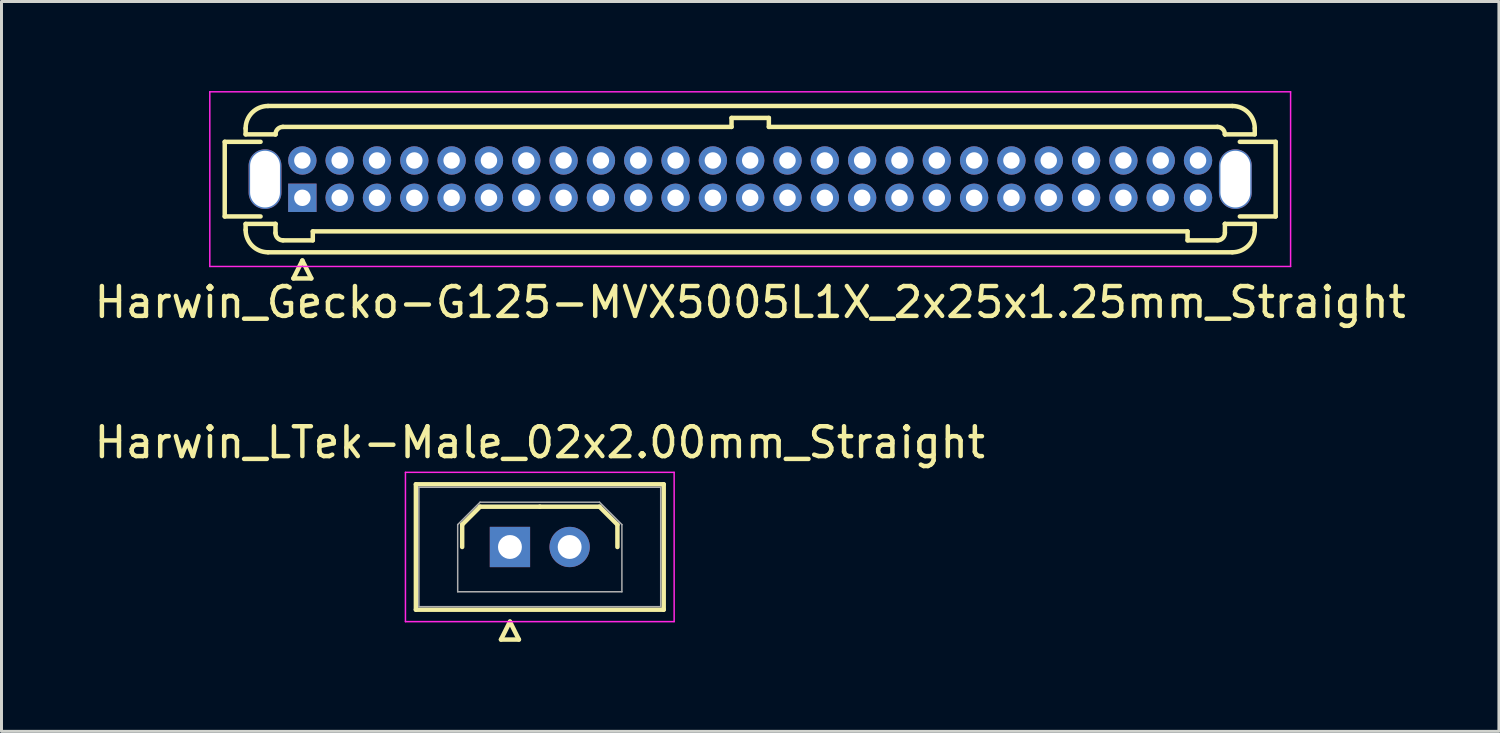
<source format=kicad_pcb>
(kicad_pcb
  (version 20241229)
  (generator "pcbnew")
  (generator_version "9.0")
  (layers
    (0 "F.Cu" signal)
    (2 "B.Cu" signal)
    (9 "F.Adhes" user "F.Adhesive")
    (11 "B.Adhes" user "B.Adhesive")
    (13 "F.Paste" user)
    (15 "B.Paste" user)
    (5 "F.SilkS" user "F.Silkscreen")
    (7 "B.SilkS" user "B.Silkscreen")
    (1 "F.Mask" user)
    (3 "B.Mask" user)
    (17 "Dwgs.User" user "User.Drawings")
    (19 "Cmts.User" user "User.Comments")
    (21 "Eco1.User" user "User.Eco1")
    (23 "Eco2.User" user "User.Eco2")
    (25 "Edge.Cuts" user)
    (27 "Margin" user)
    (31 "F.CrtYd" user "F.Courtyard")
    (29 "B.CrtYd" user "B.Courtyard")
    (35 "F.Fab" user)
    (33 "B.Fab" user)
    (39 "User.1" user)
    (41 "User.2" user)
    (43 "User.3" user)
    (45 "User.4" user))
  (footprint "Harwin_Gecko-G125-MVX5005L1X_2x25x1.25mm_Straight"
    (layer "F.Cu")
    (at 7.077 3.575)
    (property "Reference" "Harwin_Gecko-G125-MVX5005L1X_2x25x1.25mm_Straight" (at 15 3.5 0) (layer "F.SilkS") (effects (font (size 1 1) (thickness 0.15))))
    (attr through_hole)
    (fp_line (start -2.6 -1.875) (end -2.6 0.625) (stroke (width 0.15) (type solid)) (layer "F.SilkS"))
    (fp_line (start -2.6 0.625) (end -1.4 0.625) (stroke (width 0.15) (type solid)) (layer "F.SilkS"))
    (fp_line (start -1.9 -2.325) (end -1.9 -2.125) (stroke (width 0.15) (type solid)) (layer "F.SilkS"))
    (fp_line (start -1.9 -2.125) (end -0.9 -2.125) (stroke (width 0.15) (type solid)) (layer "F.SilkS"))
    (fp_line (start -1.9 0.875) (end -0.9 0.875) (stroke (width 0.15) (type solid)) (layer "F.SilkS"))
    (fp_line (start -1.9 1.075) (end -1.9 0.875) (stroke (width 0.15) (type solid)) (layer "F.SilkS"))
    (fp_line (start -1.4 -1.875) (end -2.6 -1.875) (stroke (width 0.15) (type solid)) (layer "F.SilkS"))
    (fp_line (start -1.15 -3.075) (end 31.15 -3.075) (stroke (width 0.15) (type solid)) (layer "F.SilkS"))
    (fp_line (start -1.15 1.825) (end 31.15 1.825) (stroke (width 0.15) (type solid)) (layer "F.SilkS"))
    (fp_line (start -0.9 -2.125) (end -0.9 -2.125) (stroke (width 0.15) (type solid)) (layer "F.SilkS"))
    (fp_line (start -0.9 0.875) (end -0.9 0.875) (stroke (width 0.15) (type solid)) (layer "F.SilkS"))
    (fp_line (start -0.9 1.175) (end -0.9 0.875) (stroke (width 0.15) (type solid)) (layer "F.SilkS"))
    (fp_line (start -0.65 -2.375) (end 14.375 -2.375) (stroke (width 0.15) (type solid)) (layer "F.SilkS"))
    (fp_line (start -0.65 1.425) (end 0.35 1.425) (stroke (width 0.15) (type solid)) (layer "F.SilkS"))
    (fp_line (start -0.3 2.7) (end 0.3 2.7) (stroke (width 0.15) (type solid)) (layer "F.SilkS"))
    (fp_line (start 0 2.1) (end -0.3 2.7) (stroke (width 0.15) (type solid)) (layer "F.SilkS"))
    (fp_line (start 0.3 2.7) (end 0 2.1) (stroke (width 0.15) (type solid)) (layer "F.SilkS"))
    (fp_line (start 0.35 1.125) (end 29.65 1.125) (stroke (width 0.15) (type solid)) (layer "F.SilkS"))
    (fp_line (start 0.35 1.425) (end 0.35 1.125) (stroke (width 0.15) (type solid)) (layer "F.SilkS"))
    (fp_line (start 14.375 -2.675) (end 15.625 -2.675) (stroke (width 0.15) (type solid)) (layer "F.SilkS"))
    (fp_line (start 14.375 -2.375) (end 14.375 -2.675) (stroke (width 0.15) (type solid)) (layer "F.SilkS"))
    (fp_line (start 15.625 -2.675) (end 15.625 -2.375) (stroke (width 0.15) (type solid)) (layer "F.SilkS"))
    (fp_line (start 15.625 -2.375) (end 30.65 -2.375) (stroke (width 0.15) (type solid)) (layer "F.SilkS"))
    (fp_line (start 29.65 1.125) (end 29.65 1.425) (stroke (width 0.15) (type solid)) (layer "F.SilkS"))
    (fp_line (start 29.65 1.425) (end 30.65 1.425) (stroke (width 0.15) (type solid)) (layer "F.SilkS"))
    (fp_line (start 30.9 -2.125) (end 30.9 -2.125) (stroke (width 0.15) (type solid)) (layer "F.SilkS"))
    (fp_line (start 30.9 0.875) (end 30.9 0.875) (stroke (width 0.15) (type solid)) (layer "F.SilkS"))
    (fp_line (start 30.9 1.175) (end 30.9 0.875) (stroke (width 0.15) (type solid)) (layer "F.SilkS"))
    (fp_line (start 31.4 -1.875) (end 32.6 -1.875) (stroke (width 0.15) (type solid)) (layer "F.SilkS"))
    (fp_line (start 31.9 -2.325) (end 31.9 -2.125) (stroke (width 0.15) (type solid)) (layer "F.SilkS"))
    (fp_line (start 31.9 -2.125) (end 30.9 -2.125) (stroke (width 0.15) (type solid)) (layer "F.SilkS"))
    (fp_line (start 31.9 0.875) (end 30.9 0.875) (stroke (width 0.15) (type solid)) (layer "F.SilkS"))
    (fp_line (start 31.9 1.075) (end 31.9 0.875) (stroke (width 0.15) (type solid)) (layer "F.SilkS"))
    (fp_line (start 32.6 -1.875) (end 32.6 0.625) (stroke (width 0.15) (type solid)) (layer "F.SilkS"))
    (fp_line (start 32.6 0.625) (end 31.4 0.625) (stroke (width 0.15) (type solid)) (layer "F.SilkS"))
    (fp_arc (start -1.9 -2.325) (mid -1.68033 -2.85533) (end -1.15 -3.075) (stroke (width 0.15) (type solid)) (layer "F.SilkS"))
    (fp_arc (start -1.15 1.825) (mid -1.68033 1.60533) (end -1.9 1.075) (stroke (width 0.15) (type solid)) (layer "F.SilkS"))
    (fp_arc (start -0.9 -2.125) (mid -0.826777 -2.301777) (end -0.65 -2.375) (stroke (width 0.15) (type solid)) (layer "F.SilkS"))
    (fp_arc (start -0.65 1.425) (mid -0.826777 1.351777) (end -0.9 1.175) (stroke (width 0.15) (type solid)) (layer "F.SilkS"))
    (fp_arc (start 30.65 -2.375) (mid 30.826777 -2.301777) (end 30.9 -2.125) (stroke (width 0.15) (type solid)) (layer "F.SilkS"))
    (fp_arc (start 30.9 1.175) (mid 30.826777 1.351777) (end 30.65 1.425) (stroke (width 0.15) (type solid)) (layer "F.SilkS"))
    (fp_arc (start 31.15 -3.075) (mid 31.68033 -2.85533) (end 31.9 -2.325) (stroke (width 0.15) (type solid)) (layer "F.SilkS"))
    (fp_arc (start 31.9 1.075) (mid 31.68033 1.60533) (end 31.15 1.825) (stroke (width 0.15) (type solid)) (layer "F.SilkS"))
    (fp_line (start -3.1 -3.55) (end -3.1 2.3) (stroke (width 0.05) (type solid)) (layer "F.CrtYd"))
    (fp_line (start -3.1 2.3) (end 33.1 2.3) (stroke (width 0.05) (type solid)) (layer "F.CrtYd"))
    (fp_line (start 33.1 -3.55) (end -3.1 -3.55) (stroke (width 0.05) (type solid)) (layer "F.CrtYd"))
    (fp_line (start 33.1 2.3) (end 33.1 -3.55) (stroke (width 0.05) (type solid)) (layer "F.CrtYd"))
    (pad "" np_thru_hole oval (at -1.25 -0.625) (size 1.1 2) (drill oval 1 1.9) (layers "*.Cu" "*.Mask"))
    (pad "" np_thru_hole oval (at 31.25 -0.625) (size 1.1 2) (drill oval 1 1.9) (layers "*.Cu" "*.Mask"))
    (pad "1" thru_hole rect (at 0 0) (size 0.95 0.95) (drill 0.55) (layers "*.Cu" "*.Mask"))
    (pad "2" thru_hole circle (at 0 -1.25) (size 0.95 0.95) (drill 0.55) (layers "*.Cu" "*.Mask"))
    (pad "3" thru_hole circle (at 1.25 0) (size 0.95 0.95) (drill 0.55) (layers "*.Cu" "*.Mask"))
    (pad "4" thru_hole circle (at 1.25 -1.25) (size 0.95 0.95) (drill 0.55) (layers "*.Cu" "*.Mask"))
    (pad "5" thru_hole circle (at 2.5 0) (size 0.95 0.95) (drill 0.55) (layers "*.Cu" "*.Mask"))
    (pad "6" thru_hole circle (at 2.5 -1.25) (size 0.95 0.95) (drill 0.55) (layers "*.Cu" "*.Mask"))
    (pad "7" thru_hole circle (at 3.75 0) (size 0.95 0.95) (drill 0.55) (layers "*.Cu" "*.Mask"))
    (pad "8" thru_hole circle (at 3.75 -1.25) (size 0.95 0.95) (drill 0.55) (layers "*.Cu" "*.Mask"))
    (pad "9" thru_hole circle (at 5 0) (size 0.95 0.95) (drill 0.55) (layers "*.Cu" "*.Mask"))
    (pad "10" thru_hole circle (at 5 -1.25) (size 0.95 0.95) (drill 0.55) (layers "*.Cu" "*.Mask"))
    (pad "11" thru_hole circle (at 6.25 0) (size 0.95 0.95) (drill 0.55) (layers "*.Cu" "*.Mask"))
    (pad "12" thru_hole circle (at 6.25 -1.25) (size 0.95 0.95) (drill 0.55) (layers "*.Cu" "*.Mask"))
    (pad "13" thru_hole circle (at 7.5 0) (size 0.95 0.95) (drill 0.55) (layers "*.Cu" "*.Mask"))
    (pad "14" thru_hole circle (at 7.5 -1.25) (size 0.95 0.95) (drill 0.55) (layers "*.Cu" "*.Mask"))
    (pad "15" thru_hole circle (at 8.75 0) (size 0.95 0.95) (drill 0.55) (layers "*.Cu" "*.Mask"))
    (pad "16" thru_hole circle (at 8.75 -1.25) (size 0.95 0.95) (drill 0.55) (layers "*.Cu" "*.Mask"))
    (pad "17" thru_hole circle (at 10 0) (size 0.95 0.95) (drill 0.55) (layers "*.Cu" "*.Mask"))
    (pad "18" thru_hole circle (at 10 -1.25) (size 0.95 0.95) (drill 0.55) (layers "*.Cu" "*.Mask"))
    (pad "19" thru_hole circle (at 11.25 0) (size 0.95 0.95) (drill 0.55) (layers "*.Cu" "*.Mask"))
    (pad "20" thru_hole circle (at 11.25 -1.25) (size 0.95 0.95) (drill 0.55) (layers "*.Cu" "*.Mask"))
    (pad "21" thru_hole circle (at 12.5 0) (size 0.95 0.95) (drill 0.55) (layers "*.Cu" "*.Mask"))
    (pad "22" thru_hole circle (at 12.5 -1.25) (size 0.95 0.95) (drill 0.55) (layers "*.Cu" "*.Mask"))
    (pad "23" thru_hole circle (at 13.75 0) (size 0.95 0.95) (drill 0.55) (layers "*.Cu" "*.Mask"))
    (pad "24" thru_hole circle (at 13.75 -1.25) (size 0.95 0.95) (drill 0.55) (layers "*.Cu" "*.Mask"))
    (pad "25" thru_hole circle (at 15 0) (size 0.95 0.95) (drill 0.55) (layers "*.Cu" "*.Mask"))
    (pad "26" thru_hole circle (at 15 -1.25) (size 0.95 0.95) (drill 0.55) (layers "*.Cu" "*.Mask"))
    (pad "27" thru_hole circle (at 16.25 0) (size 0.95 0.95) (drill 0.55) (layers "*.Cu" "*.Mask"))
    (pad "28" thru_hole circle (at 16.25 -1.25) (size 0.95 0.95) (drill 0.55) (layers "*.Cu" "*.Mask"))
    (pad "29" thru_hole circle (at 17.5 0) (size 0.95 0.95) (drill 0.55) (layers "*.Cu" "*.Mask"))
    (pad "30" thru_hole circle (at 17.5 -1.25) (size 0.95 0.95) (drill 0.55) (layers "*.Cu" "*.Mask"))
    (pad "31" thru_hole circle (at 18.75 0) (size 0.95 0.95) (drill 0.55) (layers "*.Cu" "*.Mask"))
    (pad "32" thru_hole circle (at 18.75 -1.25) (size 0.95 0.95) (drill 0.55) (layers "*.Cu" "*.Mask"))
    (pad "33" thru_hole circle (at 20 0) (size 0.95 0.95) (drill 0.55) (layers "*.Cu" "*.Mask"))
    (pad "34" thru_hole circle (at 20 -1.25) (size 0.95 0.95) (drill 0.55) (layers "*.Cu" "*.Mask"))
    (pad "35" thru_hole circle (at 21.25 0) (size 0.95 0.95) (drill 0.55) (layers "*.Cu" "*.Mask"))
    (pad "36" thru_hole circle (at 21.25 -1.25) (size 0.95 0.95) (drill 0.55) (layers "*.Cu" "*.Mask"))
    (pad "37" thru_hole circle (at 22.5 0) (size 0.95 0.95) (drill 0.55) (layers "*.Cu" "*.Mask"))
    (pad "38" thru_hole circle (at 22.5 -1.25) (size 0.95 0.95) (drill 0.55) (layers "*.Cu" "*.Mask"))
    (pad "39" thru_hole circle (at 23.75 0) (size 0.95 0.95) (drill 0.55) (layers "*.Cu" "*.Mask"))
    (pad "40" thru_hole circle (at 23.75 -1.25) (size 0.95 0.95) (drill 0.55) (layers "*.Cu" "*.Mask"))
    (pad "41" thru_hole circle (at 25 0) (size 0.95 0.95) (drill 0.55) (layers "*.Cu" "*.Mask"))
    (pad "42" thru_hole circle (at 25 -1.25) (size 0.95 0.95) (drill 0.55) (layers "*.Cu" "*.Mask"))
    (pad "43" thru_hole circle (at 26.25 0) (size 0.95 0.95) (drill 0.55) (layers "*.Cu" "*.Mask"))
    (pad "44" thru_hole circle (at 26.25 -1.25) (size 0.95 0.95) (drill 0.55) (layers "*.Cu" "*.Mask"))
    (pad "45" thru_hole circle (at 27.5 0) (size 0.95 0.95) (drill 0.55) (layers "*.Cu" "*.Mask"))
    (pad "46" thru_hole circle (at 27.5 -1.25) (size 0.95 0.95) (drill 0.55) (layers "*.Cu" "*.Mask"))
    (pad "47" thru_hole circle (at 28.75 0) (size 0.95 0.95) (drill 0.55) (layers "*.Cu" "*.Mask"))
    (pad "48" thru_hole circle (at 28.75 -1.25) (size 0.95 0.95) (drill 0.55) (layers "*.Cu" "*.Mask"))
    (pad "49" thru_hole circle (at 30 0) (size 0.95 0.95) (drill 0.55) (layers "*.Cu" "*.Mask"))
    (pad "50" thru_hole circle (at 30 -1.25) (size 0.95 0.95) (drill 0.55) (layers "*.Cu" "*.Mask")))
  (footprint "Harwin_LTek-Male_02x2.00mm_Straight"
    (layer "F.Cu")
    (at 14.03 15.271)
    (property "Reference" "Harwin_LTek-Male_02x2.00mm_Straight" (at 1 -3.5 0) (layer "F.SilkS") (effects (font (size 1 1) (thickness 0.15))))
    (attr through_hole)
    (fp_line (start -3.15 -2.1) (end -3.15 2.1) (stroke (width 0.15) (type solid)) (layer "F.SilkS"))
    (fp_line (start -3.15 2.1) (end 5.15 2.1) (stroke (width 0.15) (type solid)) (layer "F.SilkS"))
    (fp_line (start -1.6 -0.75) (end -1 -1.35) (stroke (width 0.15) (type solid)) (layer "F.SilkS"))
    (fp_line (start -1.6 0) (end -1.6 -0.75) (stroke (width 0.15) (type solid)) (layer "F.SilkS"))
    (fp_line (start -1 -1.35) (end 1 -1.35) (stroke (width 0.15) (type solid)) (layer "F.SilkS"))
    (fp_line (start -0.3 3.1) (end 0.3 3.1) (stroke (width 0.15) (type solid)) (layer "F.SilkS"))
    (fp_line (start 0 2.5) (end -0.3 3.1) (stroke (width 0.15) (type solid)) (layer "F.SilkS"))
    (fp_line (start 0.3 3.1) (end 0 2.5) (stroke (width 0.15) (type solid)) (layer "F.SilkS"))
    (fp_line (start 3 -1.35) (end 1 -1.35) (stroke (width 0.15) (type solid)) (layer "F.SilkS"))
    (fp_line (start 3.6 -0.75) (end 3 -1.35) (stroke (width 0.15) (type solid)) (layer "F.SilkS"))
    (fp_line (start 3.6 0) (end 3.6 -0.75) (stroke (width 0.15) (type solid)) (layer "F.SilkS"))
    (fp_line (start 5.15 -2.1) (end -3.15 -2.1) (stroke (width 0.15) (type solid)) (layer "F.SilkS"))
    (fp_line (start 5.15 2.1) (end 5.15 -2.1) (stroke (width 0.15) (type solid)) (layer "F.SilkS"))
    (fp_line (start -3.5 -2.5) (end -3.5 2.5) (stroke (width 0.05) (type solid)) (layer "F.CrtYd"))
    (fp_line (start -3.5 2.5) (end 5.5 2.5) (stroke (width 0.05) (type solid)) (layer "F.CrtYd"))
    (fp_line (start 5.5 -2.5) (end -3.5 -2.5) (stroke (width 0.05) (type solid)) (layer "F.CrtYd"))
    (fp_line (start 5.5 2.5) (end 5.5 -2.5) (stroke (width 0.05) (type solid)) (layer "F.CrtYd"))
    (fp_line (start -3.05 -2) (end -3.05 2) (stroke (width 0.05) (type solid)) (layer "F.Fab"))
    (fp_line (start -3.05 2) (end 5.05 2) (stroke (width 0.05) (type solid)) (layer "F.Fab"))
    (fp_line (start -1.75 -0.75) (end -1 -1.5) (stroke (width 0.05) (type solid)) (layer "F.Fab"))
    (fp_line (start -1.75 1.5) (end -1.75 -0.75) (stroke (width 0.05) (type solid)) (layer "F.Fab"))
    (fp_line (start -1 -1.5) (end 3 -1.5) (stroke (width 0.05) (type solid)) (layer "F.Fab"))
    (fp_line (start 3 -1.5) (end 3.75 -0.75) (stroke (width 0.05) (type solid)) (layer "F.Fab"))
    (fp_line (start 3.75 -0.75) (end 3.75 1.5) (stroke (width 0.05) (type solid)) (layer "F.Fab"))
    (fp_line (start 3.75 1.5) (end -1.75 1.5) (stroke (width 0.05) (type solid)) (layer "F.Fab"))
    (fp_line (start 5.05 -2) (end -3.05 -2) (stroke (width 0.05) (type solid)) (layer "F.Fab"))
    (fp_line (start 5.05 2) (end 5.05 -2) (stroke (width 0.05) (type solid)) (layer "F.Fab"))
    (pad "1" thru_hole rect (at 0 0) (size 1.35 1.35) (drill 0.8) (layers "*.Cu" "*.Mask"))
    (pad "2" thru_hole circle (at 2 0) (size 1.35 1.35) (drill 0.8) (layers "*.Cu" "*.Mask")))
  (gr_rect
    (start -3 -3)
    (end 47.155 21.447)
    (stroke (width 0.1) (type default))
    (fill no)
    (layer "Edge.Cuts")))
</source>
